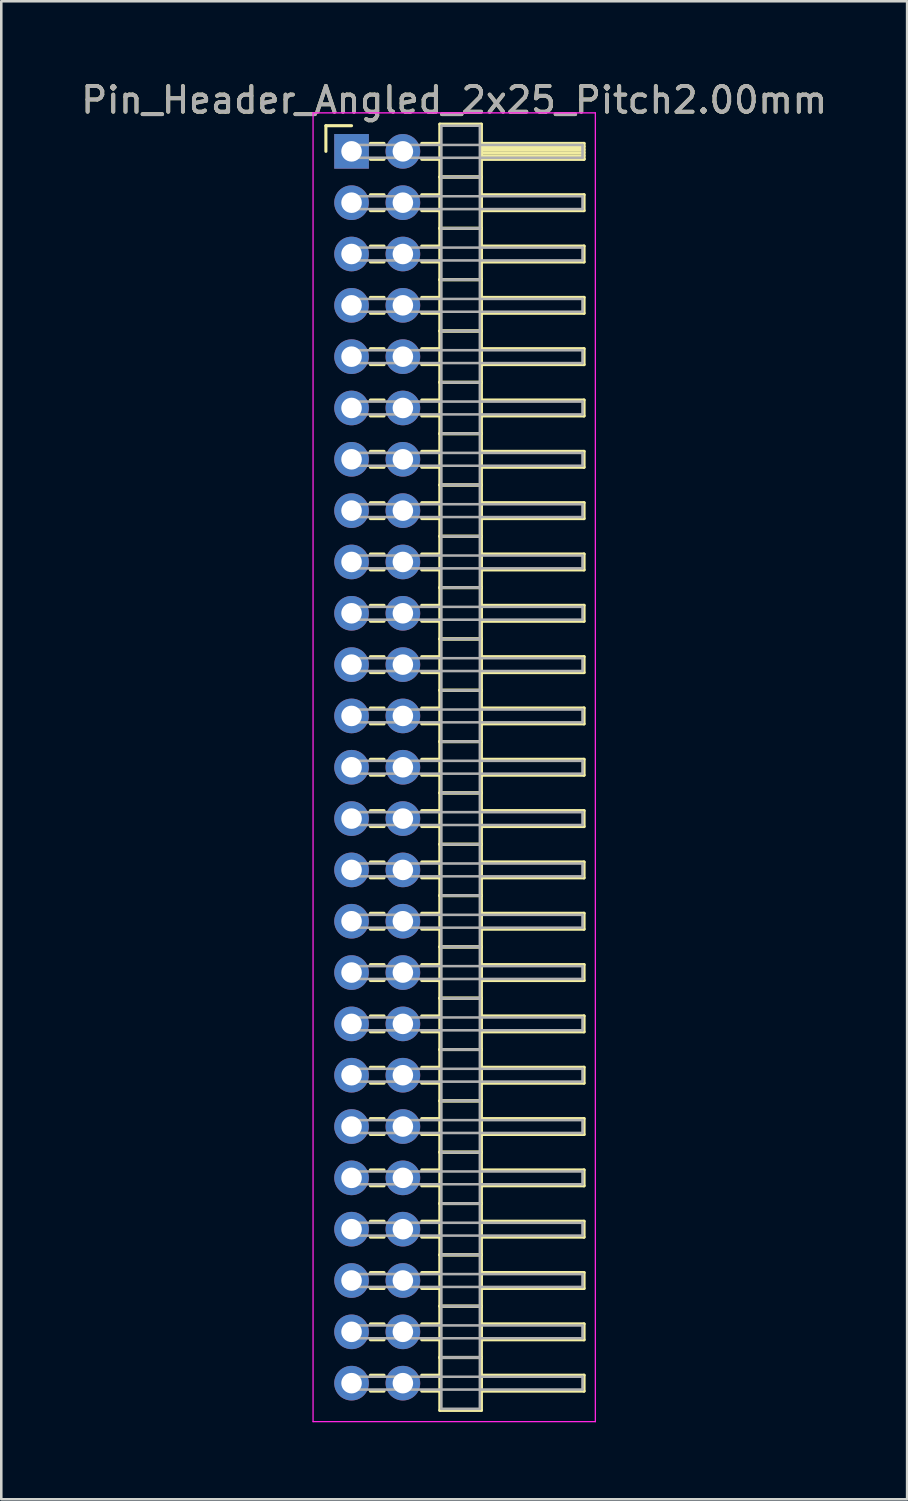
<source format=kicad_pcb>
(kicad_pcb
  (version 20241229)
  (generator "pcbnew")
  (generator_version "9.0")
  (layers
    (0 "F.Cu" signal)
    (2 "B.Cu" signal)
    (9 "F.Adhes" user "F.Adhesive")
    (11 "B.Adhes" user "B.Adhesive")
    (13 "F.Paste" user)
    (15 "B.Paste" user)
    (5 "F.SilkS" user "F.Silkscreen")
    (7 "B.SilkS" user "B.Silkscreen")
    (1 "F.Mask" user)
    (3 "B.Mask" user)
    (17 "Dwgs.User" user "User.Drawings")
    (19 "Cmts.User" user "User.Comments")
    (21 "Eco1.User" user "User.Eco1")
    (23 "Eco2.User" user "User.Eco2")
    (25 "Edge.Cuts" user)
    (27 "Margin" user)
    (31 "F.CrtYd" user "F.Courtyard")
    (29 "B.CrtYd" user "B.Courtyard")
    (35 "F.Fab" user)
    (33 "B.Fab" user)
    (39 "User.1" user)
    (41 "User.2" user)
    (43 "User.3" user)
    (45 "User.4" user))
  (footprint "Pin_Header_Angled_2x25_Pitch2.00mm"
    (layer "F.Cu")
    (at 10.649 2.848)
    (property "Reference" "Pin_Header_Angled_2x25_Pitch2.00mm" (at 4 -2 0) (layer "F.SilkS") (effects (font (size 1 1) (thickness 0.15))))
    (attr through_hole)
    (fp_line (start -1 -1) (end 0 -1) (stroke (width 0.12) (type solid)) (layer "F.SilkS"))
    (fp_line (start -1 0) (end -1 -1) (stroke (width 0.12) (type solid)) (layer "F.SilkS"))
    (fp_line (start 0.735 -0.31) (end 1.265 -0.31) (stroke (width 0.12) (type solid)) (layer "F.SilkS"))
    (fp_line (start 0.735 0.31) (end 1.265 0.31) (stroke (width 0.12) (type solid)) (layer "F.SilkS"))
    (fp_line (start 0.735 1.69) (end 1.265 1.69) (stroke (width 0.12) (type solid)) (layer "F.SilkS"))
    (fp_line (start 0.735 2.31) (end 1.265 2.31) (stroke (width 0.12) (type solid)) (layer "F.SilkS"))
    (fp_line (start 0.735 3.69) (end 1.265 3.69) (stroke (width 0.12) (type solid)) (layer "F.SilkS"))
    (fp_line (start 0.735 4.31) (end 1.265 4.31) (stroke (width 0.12) (type solid)) (layer "F.SilkS"))
    (fp_line (start 0.735 5.69) (end 1.265 5.69) (stroke (width 0.12) (type solid)) (layer "F.SilkS"))
    (fp_line (start 0.735 6.31) (end 1.265 6.31) (stroke (width 0.12) (type solid)) (layer "F.SilkS"))
    (fp_line (start 0.735 7.69) (end 1.265 7.69) (stroke (width 0.12) (type solid)) (layer "F.SilkS"))
    (fp_line (start 0.735 8.31) (end 1.265 8.31) (stroke (width 0.12) (type solid)) (layer "F.SilkS"))
    (fp_line (start 0.735 9.69) (end 1.265 9.69) (stroke (width 0.12) (type solid)) (layer "F.SilkS"))
    (fp_line (start 0.735 10.31) (end 1.265 10.31) (stroke (width 0.12) (type solid)) (layer "F.SilkS"))
    (fp_line (start 0.735 11.69) (end 1.265 11.69) (stroke (width 0.12) (type solid)) (layer "F.SilkS"))
    (fp_line (start 0.735 12.31) (end 1.265 12.31) (stroke (width 0.12) (type solid)) (layer "F.SilkS"))
    (fp_line (start 0.735 13.69) (end 1.265 13.69) (stroke (width 0.12) (type solid)) (layer "F.SilkS"))
    (fp_line (start 0.735 14.31) (end 1.265 14.31) (stroke (width 0.12) (type solid)) (layer "F.SilkS"))
    (fp_line (start 0.735 15.69) (end 1.265 15.69) (stroke (width 0.12) (type solid)) (layer "F.SilkS"))
    (fp_line (start 0.735 16.31) (end 1.265 16.31) (stroke (width 0.12) (type solid)) (layer "F.SilkS"))
    (fp_line (start 0.735 17.69) (end 1.265 17.69) (stroke (width 0.12) (type solid)) (layer "F.SilkS"))
    (fp_line (start 0.735 18.31) (end 1.265 18.31) (stroke (width 0.12) (type solid)) (layer "F.SilkS"))
    (fp_line (start 0.735 19.69) (end 1.265 19.69) (stroke (width 0.12) (type solid)) (layer "F.SilkS"))
    (fp_line (start 0.735 20.31) (end 1.265 20.31) (stroke (width 0.12) (type solid)) (layer "F.SilkS"))
    (fp_line (start 0.735 21.69) (end 1.265 21.69) (stroke (width 0.12) (type solid)) (layer "F.SilkS"))
    (fp_line (start 0.735 22.31) (end 1.265 22.31) (stroke (width 0.12) (type solid)) (layer "F.SilkS"))
    (fp_line (start 0.735 23.69) (end 1.265 23.69) (stroke (width 0.12) (type solid)) (layer "F.SilkS"))
    (fp_line (start 0.735 24.31) (end 1.265 24.31) (stroke (width 0.12) (type solid)) (layer "F.SilkS"))
    (fp_line (start 0.735 25.69) (end 1.265 25.69) (stroke (width 0.12) (type solid)) (layer "F.SilkS"))
    (fp_line (start 0.735 26.31) (end 1.265 26.31) (stroke (width 0.12) (type solid)) (layer "F.SilkS"))
    (fp_line (start 0.735 27.69) (end 1.265 27.69) (stroke (width 0.12) (type solid)) (layer "F.SilkS"))
    (fp_line (start 0.735 28.31) (end 1.265 28.31) (stroke (width 0.12) (type solid)) (layer "F.SilkS"))
    (fp_line (start 0.735 29.69) (end 1.265 29.69) (stroke (width 0.12) (type solid)) (layer "F.SilkS"))
    (fp_line (start 0.735 30.31) (end 1.265 30.31) (stroke (width 0.12) (type solid)) (layer "F.SilkS"))
    (fp_line (start 0.735 31.69) (end 1.265 31.69) (stroke (width 0.12) (type solid)) (layer "F.SilkS"))
    (fp_line (start 0.735 32.31) (end 1.265 32.31) (stroke (width 0.12) (type solid)) (layer "F.SilkS"))
    (fp_line (start 0.735 33.69) (end 1.265 33.69) (stroke (width 0.12) (type solid)) (layer "F.SilkS"))
    (fp_line (start 0.735 34.31) (end 1.265 34.31) (stroke (width 0.12) (type solid)) (layer "F.SilkS"))
    (fp_line (start 0.735 35.69) (end 1.265 35.69) (stroke (width 0.12) (type solid)) (layer "F.SilkS"))
    (fp_line (start 0.735 36.31) (end 1.265 36.31) (stroke (width 0.12) (type solid)) (layer "F.SilkS"))
    (fp_line (start 0.735 37.69) (end 1.265 37.69) (stroke (width 0.12) (type solid)) (layer "F.SilkS"))
    (fp_line (start 0.735 38.31) (end 1.265 38.31) (stroke (width 0.12) (type solid)) (layer "F.SilkS"))
    (fp_line (start 0.735 39.69) (end 1.265 39.69) (stroke (width 0.12) (type solid)) (layer "F.SilkS"))
    (fp_line (start 0.735 40.31) (end 1.265 40.31) (stroke (width 0.12) (type solid)) (layer "F.SilkS"))
    (fp_line (start 0.735 41.69) (end 1.265 41.69) (stroke (width 0.12) (type solid)) (layer "F.SilkS"))
    (fp_line (start 0.735 42.31) (end 1.265 42.31) (stroke (width 0.12) (type solid)) (layer "F.SilkS"))
    (fp_line (start 0.735 43.69) (end 1.265 43.69) (stroke (width 0.12) (type solid)) (layer "F.SilkS"))
    (fp_line (start 0.735 44.31) (end 1.265 44.31) (stroke (width 0.12) (type solid)) (layer "F.SilkS"))
    (fp_line (start 0.735 45.69) (end 1.265 45.69) (stroke (width 0.12) (type solid)) (layer "F.SilkS"))
    (fp_line (start 0.735 46.31) (end 1.265 46.31) (stroke (width 0.12) (type solid)) (layer "F.SilkS"))
    (fp_line (start 0.735 47.69) (end 1.265 47.69) (stroke (width 0.12) (type solid)) (layer "F.SilkS"))
    (fp_line (start 0.735 48.31) (end 1.265 48.31) (stroke (width 0.12) (type solid)) (layer "F.SilkS"))
    (fp_line (start 2.735 -0.31) (end 3.44 -0.31) (stroke (width 0.12) (type solid)) (layer "F.SilkS"))
    (fp_line (start 2.735 0.31) (end 3.44 0.31) (stroke (width 0.12) (type solid)) (layer "F.SilkS"))
    (fp_line (start 2.735 1.69) (end 3.44 1.69) (stroke (width 0.12) (type solid)) (layer "F.SilkS"))
    (fp_line (start 2.735 2.31) (end 3.44 2.31) (stroke (width 0.12) (type solid)) (layer "F.SilkS"))
    (fp_line (start 2.735 3.69) (end 3.44 3.69) (stroke (width 0.12) (type solid)) (layer "F.SilkS"))
    (fp_line (start 2.735 4.31) (end 3.44 4.31) (stroke (width 0.12) (type solid)) (layer "F.SilkS"))
    (fp_line (start 2.735 5.69) (end 3.44 5.69) (stroke (width 0.12) (type solid)) (layer "F.SilkS"))
    (fp_line (start 2.735 6.31) (end 3.44 6.31) (stroke (width 0.12) (type solid)) (layer "F.SilkS"))
    (fp_line (start 2.735 7.69) (end 3.44 7.69) (stroke (width 0.12) (type solid)) (layer "F.SilkS"))
    (fp_line (start 2.735 8.31) (end 3.44 8.31) (stroke (width 0.12) (type solid)) (layer "F.SilkS"))
    (fp_line (start 2.735 9.69) (end 3.44 9.69) (stroke (width 0.12) (type solid)) (layer "F.SilkS"))
    (fp_line (start 2.735 10.31) (end 3.44 10.31) (stroke (width 0.12) (type solid)) (layer "F.SilkS"))
    (fp_line (start 2.735 11.69) (end 3.44 11.69) (stroke (width 0.12) (type solid)) (layer "F.SilkS"))
    (fp_line (start 2.735 12.31) (end 3.44 12.31) (stroke (width 0.12) (type solid)) (layer "F.SilkS"))
    (fp_line (start 2.735 13.69) (end 3.44 13.69) (stroke (width 0.12) (type solid)) (layer "F.SilkS"))
    (fp_line (start 2.735 14.31) (end 3.44 14.31) (stroke (width 0.12) (type solid)) (layer "F.SilkS"))
    (fp_line (start 2.735 15.69) (end 3.44 15.69) (stroke (width 0.12) (type solid)) (layer "F.SilkS"))
    (fp_line (start 2.735 16.31) (end 3.44 16.31) (stroke (width 0.12) (type solid)) (layer "F.SilkS"))
    (fp_line (start 2.735 17.69) (end 3.44 17.69) (stroke (width 0.12) (type solid)) (layer "F.SilkS"))
    (fp_line (start 2.735 18.31) (end 3.44 18.31) (stroke (width 0.12) (type solid)) (layer "F.SilkS"))
    (fp_line (start 2.735 19.69) (end 3.44 19.69) (stroke (width 0.12) (type solid)) (layer "F.SilkS"))
    (fp_line (start 2.735 20.31) (end 3.44 20.31) (stroke (width 0.12) (type solid)) (layer "F.SilkS"))
    (fp_line (start 2.735 21.69) (end 3.44 21.69) (stroke (width 0.12) (type solid)) (layer "F.SilkS"))
    (fp_line (start 2.735 22.31) (end 3.44 22.31) (stroke (width 0.12) (type solid)) (layer "F.SilkS"))
    (fp_line (start 2.735 23.69) (end 3.44 23.69) (stroke (width 0.12) (type solid)) (layer "F.SilkS"))
    (fp_line (start 2.735 24.31) (end 3.44 24.31) (stroke (width 0.12) (type solid)) (layer "F.SilkS"))
    (fp_line (start 2.735 25.69) (end 3.44 25.69) (stroke (width 0.12) (type solid)) (layer "F.SilkS"))
    (fp_line (start 2.735 26.31) (end 3.44 26.31) (stroke (width 0.12) (type solid)) (layer "F.SilkS"))
    (fp_line (start 2.735 27.69) (end 3.44 27.69) (stroke (width 0.12) (type solid)) (layer "F.SilkS"))
    (fp_line (start 2.735 28.31) (end 3.44 28.31) (stroke (width 0.12) (type solid)) (layer "F.SilkS"))
    (fp_line (start 2.735 29.69) (end 3.44 29.69) (stroke (width 0.12) (type solid)) (layer "F.SilkS"))
    (fp_line (start 2.735 30.31) (end 3.44 30.31) (stroke (width 0.12) (type solid)) (layer "F.SilkS"))
    (fp_line (start 2.735 31.69) (end 3.44 31.69) (stroke (width 0.12) (type solid)) (layer "F.SilkS"))
    (fp_line (start 2.735 32.31) (end 3.44 32.31) (stroke (width 0.12) (type solid)) (layer "F.SilkS"))
    (fp_line (start 2.735 33.69) (end 3.44 33.69) (stroke (width 0.12) (type solid)) (layer "F.SilkS"))
    (fp_line (start 2.735 34.31) (end 3.44 34.31) (stroke (width 0.12) (type solid)) (layer "F.SilkS"))
    (fp_line (start 2.735 35.69) (end 3.44 35.69) (stroke (width 0.12) (type solid)) (layer "F.SilkS"))
    (fp_line (start 2.735 36.31) (end 3.44 36.31) (stroke (width 0.12) (type solid)) (layer "F.SilkS"))
    (fp_line (start 2.735 37.69) (end 3.44 37.69) (stroke (width 0.12) (type solid)) (layer "F.SilkS"))
    (fp_line (start 2.735 38.31) (end 3.44 38.31) (stroke (width 0.12) (type solid)) (layer "F.SilkS"))
    (fp_line (start 2.735 39.69) (end 3.44 39.69) (stroke (width 0.12) (type solid)) (layer "F.SilkS"))
    (fp_line (start 2.735 40.31) (end 3.44 40.31) (stroke (width 0.12) (type solid)) (layer "F.SilkS"))
    (fp_line (start 2.735 41.69) (end 3.44 41.69) (stroke (width 0.12) (type solid)) (layer "F.SilkS"))
    (fp_line (start 2.735 42.31) (end 3.44 42.31) (stroke (width 0.12) (type solid)) (layer "F.SilkS"))
    (fp_line (start 2.735 43.69) (end 3.44 43.69) (stroke (width 0.12) (type solid)) (layer "F.SilkS"))
    (fp_line (start 2.735 44.31) (end 3.44 44.31) (stroke (width 0.12) (type solid)) (layer "F.SilkS"))
    (fp_line (start 2.735 45.69) (end 3.44 45.69) (stroke (width 0.12) (type solid)) (layer "F.SilkS"))
    (fp_line (start 2.735 46.31) (end 3.44 46.31) (stroke (width 0.12) (type solid)) (layer "F.SilkS"))
    (fp_line (start 2.735 47.69) (end 3.44 47.69) (stroke (width 0.12) (type solid)) (layer "F.SilkS"))
    (fp_line (start 2.735 48.31) (end 3.44 48.31) (stroke (width 0.12) (type solid)) (layer "F.SilkS"))
    (fp_line (start 3.44 -1.06) (end 3.44 1) (stroke (width 0.12) (type solid)) (layer "F.SilkS"))
    (fp_line (start 3.44 1) (end 3.44 3) (stroke (width 0.12) (type solid)) (layer "F.SilkS"))
    (fp_line (start 3.44 1) (end 5.06 1) (stroke (width 0.12) (type solid)) (layer "F.SilkS"))
    (fp_line (start 3.44 3) (end 3.44 5) (stroke (width 0.12) (type solid)) (layer "F.SilkS"))
    (fp_line (start 3.44 3) (end 5.06 3) (stroke (width 0.12) (type solid)) (layer "F.SilkS"))
    (fp_line (start 3.44 5) (end 3.44 7) (stroke (width 0.12) (type solid)) (layer "F.SilkS"))
    (fp_line (start 3.44 5) (end 5.06 5) (stroke (width 0.12) (type solid)) (layer "F.SilkS"))
    (fp_line (start 3.44 7) (end 3.44 9) (stroke (width 0.12) (type solid)) (layer "F.SilkS"))
    (fp_line (start 3.44 7) (end 5.06 7) (stroke (width 0.12) (type solid)) (layer "F.SilkS"))
    (fp_line (start 3.44 9) (end 3.44 11) (stroke (width 0.12) (type solid)) (layer "F.SilkS"))
    (fp_line (start 3.44 9) (end 5.06 9) (stroke (width 0.12) (type solid)) (layer "F.SilkS"))
    (fp_line (start 3.44 11) (end 3.44 13) (stroke (width 0.12) (type solid)) (layer "F.SilkS"))
    (fp_line (start 3.44 11) (end 5.06 11) (stroke (width 0.12) (type solid)) (layer "F.SilkS"))
    (fp_line (start 3.44 13) (end 3.44 15) (stroke (width 0.12) (type solid)) (layer "F.SilkS"))
    (fp_line (start 3.44 13) (end 5.06 13) (stroke (width 0.12) (type solid)) (layer "F.SilkS"))
    (fp_line (start 3.44 15) (end 3.44 17) (stroke (width 0.12) (type solid)) (layer "F.SilkS"))
    (fp_line (start 3.44 15) (end 5.06 15) (stroke (width 0.12) (type solid)) (layer "F.SilkS"))
    (fp_line (start 3.44 17) (end 3.44 19) (stroke (width 0.12) (type solid)) (layer "F.SilkS"))
    (fp_line (start 3.44 17) (end 5.06 17) (stroke (width 0.12) (type solid)) (layer "F.SilkS"))
    (fp_line (start 3.44 19) (end 3.44 21) (stroke (width 0.12) (type solid)) (layer "F.SilkS"))
    (fp_line (start 3.44 19) (end 5.06 19) (stroke (width 0.12) (type solid)) (layer "F.SilkS"))
    (fp_line (start 3.44 21) (end 3.44 23) (stroke (width 0.12) (type solid)) (layer "F.SilkS"))
    (fp_line (start 3.44 21) (end 5.06 21) (stroke (width 0.12) (type solid)) (layer "F.SilkS"))
    (fp_line (start 3.44 23) (end 3.44 25) (stroke (width 0.12) (type solid)) (layer "F.SilkS"))
    (fp_line (start 3.44 23) (end 5.06 23) (stroke (width 0.12) (type solid)) (layer "F.SilkS"))
    (fp_line (start 3.44 25) (end 3.44 27) (stroke (width 0.12) (type solid)) (layer "F.SilkS"))
    (fp_line (start 3.44 25) (end 5.06 25) (stroke (width 0.12) (type solid)) (layer "F.SilkS"))
    (fp_line (start 3.44 27) (end 3.44 29) (stroke (width 0.12) (type solid)) (layer "F.SilkS"))
    (fp_line (start 3.44 27) (end 5.06 27) (stroke (width 0.12) (type solid)) (layer "F.SilkS"))
    (fp_line (start 3.44 29) (end 3.44 31) (stroke (width 0.12) (type solid)) (layer "F.SilkS"))
    (fp_line (start 3.44 29) (end 5.06 29) (stroke (width 0.12) (type solid)) (layer "F.SilkS"))
    (fp_line (start 3.44 31) (end 3.44 33) (stroke (width 0.12) (type solid)) (layer "F.SilkS"))
    (fp_line (start 3.44 31) (end 5.06 31) (stroke (width 0.12) (type solid)) (layer "F.SilkS"))
    (fp_line (start 3.44 33) (end 3.44 35) (stroke (width 0.12) (type solid)) (layer "F.SilkS"))
    (fp_line (start 3.44 33) (end 5.06 33) (stroke (width 0.12) (type solid)) (layer "F.SilkS"))
    (fp_line (start 3.44 35) (end 3.44 37) (stroke (width 0.12) (type solid)) (layer "F.SilkS"))
    (fp_line (start 3.44 35) (end 5.06 35) (stroke (width 0.12) (type solid)) (layer "F.SilkS"))
    (fp_line (start 3.44 37) (end 3.44 39) (stroke (width 0.12) (type solid)) (layer "F.SilkS"))
    (fp_line (start 3.44 37) (end 5.06 37) (stroke (width 0.12) (type solid)) (layer "F.SilkS"))
    (fp_line (start 3.44 39) (end 3.44 41) (stroke (width 0.12) (type solid)) (layer "F.SilkS"))
    (fp_line (start 3.44 39) (end 5.06 39) (stroke (width 0.12) (type solid)) (layer "F.SilkS"))
    (fp_line (start 3.44 41) (end 3.44 43) (stroke (width 0.12) (type solid)) (layer "F.SilkS"))
    (fp_line (start 3.44 41) (end 5.06 41) (stroke (width 0.12) (type solid)) (layer "F.SilkS"))
    (fp_line (start 3.44 43) (end 3.44 45) (stroke (width 0.12) (type solid)) (layer "F.SilkS"))
    (fp_line (start 3.44 43) (end 5.06 43) (stroke (width 0.12) (type solid)) (layer "F.SilkS"))
    (fp_line (start 3.44 45) (end 3.44 47) (stroke (width 0.12) (type solid)) (layer "F.SilkS"))
    (fp_line (start 3.44 45) (end 5.06 45) (stroke (width 0.12) (type solid)) (layer "F.SilkS"))
    (fp_line (start 3.44 47) (end 3.44 49.06) (stroke (width 0.12) (type solid)) (layer "F.SilkS"))
    (fp_line (start 3.44 47) (end 5.06 47) (stroke (width 0.12) (type solid)) (layer "F.SilkS"))
    (fp_line (start 3.44 49.06) (end 5.06 49.06) (stroke (width 0.12) (type solid)) (layer "F.SilkS"))
    (fp_line (start 5.06 -1.06) (end 3.44 -1.06) (stroke (width 0.12) (type solid)) (layer "F.SilkS"))
    (fp_line (start 5.06 -0.31) (end 5.06 0.31) (stroke (width 0.12) (type solid)) (layer "F.SilkS"))
    (fp_line (start 5.06 -0.19) (end 9.06 -0.19) (stroke (width 0.12) (type solid)) (layer "F.SilkS"))
    (fp_line (start 5.06 -0.07) (end 9.06 -0.07) (stroke (width 0.12) (type solid)) (layer "F.SilkS"))
    (fp_line (start 5.06 0.05) (end 9.06 0.05) (stroke (width 0.12) (type solid)) (layer "F.SilkS"))
    (fp_line (start 5.06 0.17) (end 9.06 0.17) (stroke (width 0.12) (type solid)) (layer "F.SilkS"))
    (fp_line (start 5.06 0.29) (end 9.06 0.29) (stroke (width 0.12) (type solid)) (layer "F.SilkS"))
    (fp_line (start 5.06 0.31) (end 9.06 0.31) (stroke (width 0.12) (type solid)) (layer "F.SilkS"))
    (fp_line (start 5.06 1) (end 3.44 1) (stroke (width 0.12) (type solid)) (layer "F.SilkS"))
    (fp_line (start 5.06 1) (end 5.06 -1.06) (stroke (width 0.12) (type solid)) (layer "F.SilkS"))
    (fp_line (start 5.06 1.69) (end 5.06 2.31) (stroke (width 0.12) (type solid)) (layer "F.SilkS"))
    (fp_line (start 5.06 2.31) (end 9.06 2.31) (stroke (width 0.12) (type solid)) (layer "F.SilkS"))
    (fp_line (start 5.06 3) (end 3.44 3) (stroke (width 0.12) (type solid)) (layer "F.SilkS"))
    (fp_line (start 5.06 3) (end 5.06 1) (stroke (width 0.12) (type solid)) (layer "F.SilkS"))
    (fp_line (start 5.06 3.69) (end 5.06 4.31) (stroke (width 0.12) (type solid)) (layer "F.SilkS"))
    (fp_line (start 5.06 4.31) (end 9.06 4.31) (stroke (width 0.12) (type solid)) (layer "F.SilkS"))
    (fp_line (start 5.06 5) (end 3.44 5) (stroke (width 0.12) (type solid)) (layer "F.SilkS"))
    (fp_line (start 5.06 5) (end 5.06 3) (stroke (width 0.12) (type solid)) (layer "F.SilkS"))
    (fp_line (start 5.06 5.69) (end 5.06 6.31) (stroke (width 0.12) (type solid)) (layer "F.SilkS"))
    (fp_line (start 5.06 6.31) (end 9.06 6.31) (stroke (width 0.12) (type solid)) (layer "F.SilkS"))
    (fp_line (start 5.06 7) (end 3.44 7) (stroke (width 0.12) (type solid)) (layer "F.SilkS"))
    (fp_line (start 5.06 7) (end 5.06 5) (stroke (width 0.12) (type solid)) (layer "F.SilkS"))
    (fp_line (start 5.06 7.69) (end 5.06 8.31) (stroke (width 0.12) (type solid)) (layer "F.SilkS"))
    (fp_line (start 5.06 8.31) (end 9.06 8.31) (stroke (width 0.12) (type solid)) (layer "F.SilkS"))
    (fp_line (start 5.06 9) (end 3.44 9) (stroke (width 0.12) (type solid)) (layer "F.SilkS"))
    (fp_line (start 5.06 9) (end 5.06 7) (stroke (width 0.12) (type solid)) (layer "F.SilkS"))
    (fp_line (start 5.06 9.69) (end 5.06 10.31) (stroke (width 0.12) (type solid)) (layer "F.SilkS"))
    (fp_line (start 5.06 10.31) (end 9.06 10.31) (stroke (width 0.12) (type solid)) (layer "F.SilkS"))
    (fp_line (start 5.06 11) (end 3.44 11) (stroke (width 0.12) (type solid)) (layer "F.SilkS"))
    (fp_line (start 5.06 11) (end 5.06 9) (stroke (width 0.12) (type solid)) (layer "F.SilkS"))
    (fp_line (start 5.06 11.69) (end 5.06 12.31) (stroke (width 0.12) (type solid)) (layer "F.SilkS"))
    (fp_line (start 5.06 12.31) (end 9.06 12.31) (stroke (width 0.12) (type solid)) (layer "F.SilkS"))
    (fp_line (start 5.06 13) (end 3.44 13) (stroke (width 0.12) (type solid)) (layer "F.SilkS"))
    (fp_line (start 5.06 13) (end 5.06 11) (stroke (width 0.12) (type solid)) (layer "F.SilkS"))
    (fp_line (start 5.06 13.69) (end 5.06 14.31) (stroke (width 0.12) (type solid)) (layer "F.SilkS"))
    (fp_line (start 5.06 14.31) (end 9.06 14.31) (stroke (width 0.12) (type solid)) (layer "F.SilkS"))
    (fp_line (start 5.06 15) (end 3.44 15) (stroke (width 0.12) (type solid)) (layer "F.SilkS"))
    (fp_line (start 5.06 15) (end 5.06 13) (stroke (width 0.12) (type solid)) (layer "F.SilkS"))
    (fp_line (start 5.06 15.69) (end 5.06 16.31) (stroke (width 0.12) (type solid)) (layer "F.SilkS"))
    (fp_line (start 5.06 16.31) (end 9.06 16.31) (stroke (width 0.12) (type solid)) (layer "F.SilkS"))
    (fp_line (start 5.06 17) (end 3.44 17) (stroke (width 0.12) (type solid)) (layer "F.SilkS"))
    (fp_line (start 5.06 17) (end 5.06 15) (stroke (width 0.12) (type solid)) (layer "F.SilkS"))
    (fp_line (start 5.06 17.69) (end 5.06 18.31) (stroke (width 0.12) (type solid)) (layer "F.SilkS"))
    (fp_line (start 5.06 18.31) (end 9.06 18.31) (stroke (width 0.12) (type solid)) (layer "F.SilkS"))
    (fp_line (start 5.06 19) (end 3.44 19) (stroke (width 0.12) (type solid)) (layer "F.SilkS"))
    (fp_line (start 5.06 19) (end 5.06 17) (stroke (width 0.12) (type solid)) (layer "F.SilkS"))
    (fp_line (start 5.06 19.69) (end 5.06 20.31) (stroke (width 0.12) (type solid)) (layer "F.SilkS"))
    (fp_line (start 5.06 20.31) (end 9.06 20.31) (stroke (width 0.12) (type solid)) (layer "F.SilkS"))
    (fp_line (start 5.06 21) (end 3.44 21) (stroke (width 0.12) (type solid)) (layer "F.SilkS"))
    (fp_line (start 5.06 21) (end 5.06 19) (stroke (width 0.12) (type solid)) (layer "F.SilkS"))
    (fp_line (start 5.06 21.69) (end 5.06 22.31) (stroke (width 0.12) (type solid)) (layer "F.SilkS"))
    (fp_line (start 5.06 22.31) (end 9.06 22.31) (stroke (width 0.12) (type solid)) (layer "F.SilkS"))
    (fp_line (start 5.06 23) (end 3.44 23) (stroke (width 0.12) (type solid)) (layer "F.SilkS"))
    (fp_line (start 5.06 23) (end 5.06 21) (stroke (width 0.12) (type solid)) (layer "F.SilkS"))
    (fp_line (start 5.06 23.69) (end 5.06 24.31) (stroke (width 0.12) (type solid)) (layer "F.SilkS"))
    (fp_line (start 5.06 24.31) (end 9.06 24.31) (stroke (width 0.12) (type solid)) (layer "F.SilkS"))
    (fp_line (start 5.06 25) (end 3.44 25) (stroke (width 0.12) (type solid)) (layer "F.SilkS"))
    (fp_line (start 5.06 25) (end 5.06 23) (stroke (width 0.12) (type solid)) (layer "F.SilkS"))
    (fp_line (start 5.06 25.69) (end 5.06 26.31) (stroke (width 0.12) (type solid)) (layer "F.SilkS"))
    (fp_line (start 5.06 26.31) (end 9.06 26.31) (stroke (width 0.12) (type solid)) (layer "F.SilkS"))
    (fp_line (start 5.06 27) (end 3.44 27) (stroke (width 0.12) (type solid)) (layer "F.SilkS"))
    (fp_line (start 5.06 27) (end 5.06 25) (stroke (width 0.12) (type solid)) (layer "F.SilkS"))
    (fp_line (start 5.06 27.69) (end 5.06 28.31) (stroke (width 0.12) (type solid)) (layer "F.SilkS"))
    (fp_line (start 5.06 28.31) (end 9.06 28.31) (stroke (width 0.12) (type solid)) (layer "F.SilkS"))
    (fp_line (start 5.06 29) (end 3.44 29) (stroke (width 0.12) (type solid)) (layer "F.SilkS"))
    (fp_line (start 5.06 29) (end 5.06 27) (stroke (width 0.12) (type solid)) (layer "F.SilkS"))
    (fp_line (start 5.06 29.69) (end 5.06 30.31) (stroke (width 0.12) (type solid)) (layer "F.SilkS"))
    (fp_line (start 5.06 30.31) (end 9.06 30.31) (stroke (width 0.12) (type solid)) (layer "F.SilkS"))
    (fp_line (start 5.06 31) (end 3.44 31) (stroke (width 0.12) (type solid)) (layer "F.SilkS"))
    (fp_line (start 5.06 31) (end 5.06 29) (stroke (width 0.12) (type solid)) (layer "F.SilkS"))
    (fp_line (start 5.06 31.69) (end 5.06 32.31) (stroke (width 0.12) (type solid)) (layer "F.SilkS"))
    (fp_line (start 5.06 32.31) (end 9.06 32.31) (stroke (width 0.12) (type solid)) (layer "F.SilkS"))
    (fp_line (start 5.06 33) (end 3.44 33) (stroke (width 0.12) (type solid)) (layer "F.SilkS"))
    (fp_line (start 5.06 33) (end 5.06 31) (stroke (width 0.12) (type solid)) (layer "F.SilkS"))
    (fp_line (start 5.06 33.69) (end 5.06 34.31) (stroke (width 0.12) (type solid)) (layer "F.SilkS"))
    (fp_line (start 5.06 34.31) (end 9.06 34.31) (stroke (width 0.12) (type solid)) (layer "F.SilkS"))
    (fp_line (start 5.06 35) (end 3.44 35) (stroke (width 0.12) (type solid)) (layer "F.SilkS"))
    (fp_line (start 5.06 35) (end 5.06 33) (stroke (width 0.12) (type solid)) (layer "F.SilkS"))
    (fp_line (start 5.06 35.69) (end 5.06 36.31) (stroke (width 0.12) (type solid)) (layer "F.SilkS"))
    (fp_line (start 5.06 36.31) (end 9.06 36.31) (stroke (width 0.12) (type solid)) (layer "F.SilkS"))
    (fp_line (start 5.06 37) (end 3.44 37) (stroke (width 0.12) (type solid)) (layer "F.SilkS"))
    (fp_line (start 5.06 37) (end 5.06 35) (stroke (width 0.12) (type solid)) (layer "F.SilkS"))
    (fp_line (start 5.06 37.69) (end 5.06 38.31) (stroke (width 0.12) (type solid)) (layer "F.SilkS"))
    (fp_line (start 5.06 38.31) (end 9.06 38.31) (stroke (width 0.12) (type solid)) (layer "F.SilkS"))
    (fp_line (start 5.06 39) (end 3.44 39) (stroke (width 0.12) (type solid)) (layer "F.SilkS"))
    (fp_line (start 5.06 39) (end 5.06 37) (stroke (width 0.12) (type solid)) (layer "F.SilkS"))
    (fp_line (start 5.06 39.69) (end 5.06 40.31) (stroke (width 0.12) (type solid)) (layer "F.SilkS"))
    (fp_line (start 5.06 40.31) (end 9.06 40.31) (stroke (width 0.12) (type solid)) (layer "F.SilkS"))
    (fp_line (start 5.06 41) (end 3.44 41) (stroke (width 0.12) (type solid)) (layer "F.SilkS"))
    (fp_line (start 5.06 41) (end 5.06 39) (stroke (width 0.12) (type solid)) (layer "F.SilkS"))
    (fp_line (start 5.06 41.69) (end 5.06 42.31) (stroke (width 0.12) (type solid)) (layer "F.SilkS"))
    (fp_line (start 5.06 42.31) (end 9.06 42.31) (stroke (width 0.12) (type solid)) (layer "F.SilkS"))
    (fp_line (start 5.06 43) (end 3.44 43) (stroke (width 0.12) (type solid)) (layer "F.SilkS"))
    (fp_line (start 5.06 43) (end 5.06 41) (stroke (width 0.12) (type solid)) (layer "F.SilkS"))
    (fp_line (start 5.06 43.69) (end 5.06 44.31) (stroke (width 0.12) (type solid)) (layer "F.SilkS"))
    (fp_line (start 5.06 44.31) (end 9.06 44.31) (stroke (width 0.12) (type solid)) (layer "F.SilkS"))
    (fp_line (start 5.06 45) (end 3.44 45) (stroke (width 0.12) (type solid)) (layer "F.SilkS"))
    (fp_line (start 5.06 45) (end 5.06 43) (stroke (width 0.12) (type solid)) (layer "F.SilkS"))
    (fp_line (start 5.06 45.69) (end 5.06 46.31) (stroke (width 0.12) (type solid)) (layer "F.SilkS"))
    (fp_line (start 5.06 46.31) (end 9.06 46.31) (stroke (width 0.12) (type solid)) (layer "F.SilkS"))
    (fp_line (start 5.06 47) (end 3.44 47) (stroke (width 0.12) (type solid)) (layer "F.SilkS"))
    (fp_line (start 5.06 47) (end 5.06 45) (stroke (width 0.12) (type solid)) (layer "F.SilkS"))
    (fp_line (start 5.06 47.69) (end 5.06 48.31) (stroke (width 0.12) (type solid)) (layer "F.SilkS"))
    (fp_line (start 5.06 48.31) (end 9.06 48.31) (stroke (width 0.12) (type solid)) (layer "F.SilkS"))
    (fp_line (start 5.06 49.06) (end 5.06 47) (stroke (width 0.12) (type solid)) (layer "F.SilkS"))
    (fp_line (start 9.06 -0.31) (end 5.06 -0.31) (stroke (width 0.12) (type solid)) (layer "F.SilkS"))
    (fp_line (start 9.06 0.31) (end 9.06 -0.31) (stroke (width 0.12) (type solid)) (layer "F.SilkS"))
    (fp_line (start 9.06 1.69) (end 5.06 1.69) (stroke (width 0.12) (type solid)) (layer "F.SilkS"))
    (fp_line (start 9.06 2.31) (end 9.06 1.69) (stroke (width 0.12) (type solid)) (layer "F.SilkS"))
    (fp_line (start 9.06 3.69) (end 5.06 3.69) (stroke (width 0.12) (type solid)) (layer "F.SilkS"))
    (fp_line (start 9.06 4.31) (end 9.06 3.69) (stroke (width 0.12) (type solid)) (layer "F.SilkS"))
    (fp_line (start 9.06 5.69) (end 5.06 5.69) (stroke (width 0.12) (type solid)) (layer "F.SilkS"))
    (fp_line (start 9.06 6.31) (end 9.06 5.69) (stroke (width 0.12) (type solid)) (layer "F.SilkS"))
    (fp_line (start 9.06 7.69) (end 5.06 7.69) (stroke (width 0.12) (type solid)) (layer "F.SilkS"))
    (fp_line (start 9.06 8.31) (end 9.06 7.69) (stroke (width 0.12) (type solid)) (layer "F.SilkS"))
    (fp_line (start 9.06 9.69) (end 5.06 9.69) (stroke (width 0.12) (type solid)) (layer "F.SilkS"))
    (fp_line (start 9.06 10.31) (end 9.06 9.69) (stroke (width 0.12) (type solid)) (layer "F.SilkS"))
    (fp_line (start 9.06 11.69) (end 5.06 11.69) (stroke (width 0.12) (type solid)) (layer "F.SilkS"))
    (fp_line (start 9.06 12.31) (end 9.06 11.69) (stroke (width 0.12) (type solid)) (layer "F.SilkS"))
    (fp_line (start 9.06 13.69) (end 5.06 13.69) (stroke (width 0.12) (type solid)) (layer "F.SilkS"))
    (fp_line (start 9.06 14.31) (end 9.06 13.69) (stroke (width 0.12) (type solid)) (layer "F.SilkS"))
    (fp_line (start 9.06 15.69) (end 5.06 15.69) (stroke (width 0.12) (type solid)) (layer "F.SilkS"))
    (fp_line (start 9.06 16.31) (end 9.06 15.69) (stroke (width 0.12) (type solid)) (layer "F.SilkS"))
    (fp_line (start 9.06 17.69) (end 5.06 17.69) (stroke (width 0.12) (type solid)) (layer "F.SilkS"))
    (fp_line (start 9.06 18.31) (end 9.06 17.69) (stroke (width 0.12) (type solid)) (layer "F.SilkS"))
    (fp_line (start 9.06 19.69) (end 5.06 19.69) (stroke (width 0.12) (type solid)) (layer "F.SilkS"))
    (fp_line (start 9.06 20.31) (end 9.06 19.69) (stroke (width 0.12) (type solid)) (layer "F.SilkS"))
    (fp_line (start 9.06 21.69) (end 5.06 21.69) (stroke (width 0.12) (type solid)) (layer "F.SilkS"))
    (fp_line (start 9.06 22.31) (end 9.06 21.69) (stroke (width 0.12) (type solid)) (layer "F.SilkS"))
    (fp_line (start 9.06 23.69) (end 5.06 23.69) (stroke (width 0.12) (type solid)) (layer "F.SilkS"))
    (fp_line (start 9.06 24.31) (end 9.06 23.69) (stroke (width 0.12) (type solid)) (layer "F.SilkS"))
    (fp_line (start 9.06 25.69) (end 5.06 25.69) (stroke (width 0.12) (type solid)) (layer "F.SilkS"))
    (fp_line (start 9.06 26.31) (end 9.06 25.69) (stroke (width 0.12) (type solid)) (layer "F.SilkS"))
    (fp_line (start 9.06 27.69) (end 5.06 27.69) (stroke (width 0.12) (type solid)) (layer "F.SilkS"))
    (fp_line (start 9.06 28.31) (end 9.06 27.69) (stroke (width 0.12) (type solid)) (layer "F.SilkS"))
    (fp_line (start 9.06 29.69) (end 5.06 29.69) (stroke (width 0.12) (type solid)) (layer "F.SilkS"))
    (fp_line (start 9.06 30.31) (end 9.06 29.69) (stroke (width 0.12) (type solid)) (layer "F.SilkS"))
    (fp_line (start 9.06 31.69) (end 5.06 31.69) (stroke (width 0.12) (type solid)) (layer "F.SilkS"))
    (fp_line (start 9.06 32.31) (end 9.06 31.69) (stroke (width 0.12) (type solid)) (layer "F.SilkS"))
    (fp_line (start 9.06 33.69) (end 5.06 33.69) (stroke (width 0.12) (type solid)) (layer "F.SilkS"))
    (fp_line (start 9.06 34.31) (end 9.06 33.69) (stroke (width 0.12) (type solid)) (layer "F.SilkS"))
    (fp_line (start 9.06 35.69) (end 5.06 35.69) (stroke (width 0.12) (type solid)) (layer "F.SilkS"))
    (fp_line (start 9.06 36.31) (end 9.06 35.69) (stroke (width 0.12) (type solid)) (layer "F.SilkS"))
    (fp_line (start 9.06 37.69) (end 5.06 37.69) (stroke (width 0.12) (type solid)) (layer "F.SilkS"))
    (fp_line (start 9.06 38.31) (end 9.06 37.69) (stroke (width 0.12) (type solid)) (layer "F.SilkS"))
    (fp_line (start 9.06 39.69) (end 5.06 39.69) (stroke (width 0.12) (type solid)) (layer "F.SilkS"))
    (fp_line (start 9.06 40.31) (end 9.06 39.69) (stroke (width 0.12) (type solid)) (layer "F.SilkS"))
    (fp_line (start 9.06 41.69) (end 5.06 41.69) (stroke (width 0.12) (type solid)) (layer "F.SilkS"))
    (fp_line (start 9.06 42.31) (end 9.06 41.69) (stroke (width 0.12) (type solid)) (layer "F.SilkS"))
    (fp_line (start 9.06 43.69) (end 5.06 43.69) (stroke (width 0.12) (type solid)) (layer "F.SilkS"))
    (fp_line (start 9.06 44.31) (end 9.06 43.69) (stroke (width 0.12) (type solid)) (layer "F.SilkS"))
    (fp_line (start 9.06 45.69) (end 5.06 45.69) (stroke (width 0.12) (type solid)) (layer "F.SilkS"))
    (fp_line (start 9.06 46.31) (end 9.06 45.69) (stroke (width 0.12) (type solid)) (layer "F.SilkS"))
    (fp_line (start 9.06 47.69) (end 5.06 47.69) (stroke (width 0.12) (type solid)) (layer "F.SilkS"))
    (fp_line (start 9.06 48.31) (end 9.06 47.69) (stroke (width 0.12) (type solid)) (layer "F.SilkS"))
    (fp_line (start -1.5 -1.5) (end -1.5 49.5) (stroke (width 0.05) (type solid)) (layer "F.CrtYd"))
    (fp_line (start -1.5 49.5) (end 9.5 49.5) (stroke (width 0.05) (type solid)) (layer "F.CrtYd"))
    (fp_line (start 9.5 -1.5) (end -1.5 -1.5) (stroke (width 0.05) (type solid)) (layer "F.CrtYd"))
    (fp_line (start 9.5 49.5) (end 9.5 -1.5) (stroke (width 0.05) (type solid)) (layer "F.CrtYd"))
    (fp_line (start 0 -0.25) (end 0 0.25) (stroke (width 0.1) (type solid)) (layer "F.Fab"))
    (fp_line (start 0 0.25) (end 9 0.25) (stroke (width 0.1) (type solid)) (layer "F.Fab"))
    (fp_line (start 0 1.75) (end 0 2.25) (stroke (width 0.1) (type solid)) (layer "F.Fab"))
    (fp_line (start 0 2.25) (end 9 2.25) (stroke (width 0.1) (type solid)) (layer "F.Fab"))
    (fp_line (start 0 3.75) (end 0 4.25) (stroke (width 0.1) (type solid)) (layer "F.Fab"))
    (fp_line (start 0 4.25) (end 9 4.25) (stroke (width 0.1) (type solid)) (layer "F.Fab"))
    (fp_line (start 0 5.75) (end 0 6.25) (stroke (width 0.1) (type solid)) (layer "F.Fab"))
    (fp_line (start 0 6.25) (end 9 6.25) (stroke (width 0.1) (type solid)) (layer "F.Fab"))
    (fp_line (start 0 7.75) (end 0 8.25) (stroke (width 0.1) (type solid)) (layer "F.Fab"))
    (fp_line (start 0 8.25) (end 9 8.25) (stroke (width 0.1) (type solid)) (layer "F.Fab"))
    (fp_line (start 0 9.75) (end 0 10.25) (stroke (width 0.1) (type solid)) (layer "F.Fab"))
    (fp_line (start 0 10.25) (end 9 10.25) (stroke (width 0.1) (type solid)) (layer "F.Fab"))
    (fp_line (start 0 11.75) (end 0 12.25) (stroke (width 0.1) (type solid)) (layer "F.Fab"))
    (fp_line (start 0 12.25) (end 9 12.25) (stroke (width 0.1) (type solid)) (layer "F.Fab"))
    (fp_line (start 0 13.75) (end 0 14.25) (stroke (width 0.1) (type solid)) (layer "F.Fab"))
    (fp_line (start 0 14.25) (end 9 14.25) (stroke (width 0.1) (type solid)) (layer "F.Fab"))
    (fp_line (start 0 15.75) (end 0 16.25) (stroke (width 0.1) (type solid)) (layer "F.Fab"))
    (fp_line (start 0 16.25) (end 9 16.25) (stroke (width 0.1) (type solid)) (layer "F.Fab"))
    (fp_line (start 0 17.75) (end 0 18.25) (stroke (width 0.1) (type solid)) (layer "F.Fab"))
    (fp_line (start 0 18.25) (end 9 18.25) (stroke (width 0.1) (type solid)) (layer "F.Fab"))
    (fp_line (start 0 19.75) (end 0 20.25) (stroke (width 0.1) (type solid)) (layer "F.Fab"))
    (fp_line (start 0 20.25) (end 9 20.25) (stroke (width 0.1) (type solid)) (layer "F.Fab"))
    (fp_line (start 0 21.75) (end 0 22.25) (stroke (width 0.1) (type solid)) (layer "F.Fab"))
    (fp_line (start 0 22.25) (end 9 22.25) (stroke (width 0.1) (type solid)) (layer "F.Fab"))
    (fp_line (start 0 23.75) (end 0 24.25) (stroke (width 0.1) (type solid)) (layer "F.Fab"))
    (fp_line (start 0 24.25) (end 9 24.25) (stroke (width 0.1) (type solid)) (layer "F.Fab"))
    (fp_line (start 0 25.75) (end 0 26.25) (stroke (width 0.1) (type solid)) (layer "F.Fab"))
    (fp_line (start 0 26.25) (end 9 26.25) (stroke (width 0.1) (type solid)) (layer "F.Fab"))
    (fp_line (start 0 27.75) (end 0 28.25) (stroke (width 0.1) (type solid)) (layer "F.Fab"))
    (fp_line (start 0 28.25) (end 9 28.25) (stroke (width 0.1) (type solid)) (layer "F.Fab"))
    (fp_line (start 0 29.75) (end 0 30.25) (stroke (width 0.1) (type solid)) (layer "F.Fab"))
    (fp_line (start 0 30.25) (end 9 30.25) (stroke (width 0.1) (type solid)) (layer "F.Fab"))
    (fp_line (start 0 31.75) (end 0 32.25) (stroke (width 0.1) (type solid)) (layer "F.Fab"))
    (fp_line (start 0 32.25) (end 9 32.25) (stroke (width 0.1) (type solid)) (layer "F.Fab"))
    (fp_line (start 0 33.75) (end 0 34.25) (stroke (width 0.1) (type solid)) (layer "F.Fab"))
    (fp_line (start 0 34.25) (end 9 34.25) (stroke (width 0.1) (type solid)) (layer "F.Fab"))
    (fp_line (start 0 35.75) (end 0 36.25) (stroke (width 0.1) (type solid)) (layer "F.Fab"))
    (fp_line (start 0 36.25) (end 9 36.25) (stroke (width 0.1) (type solid)) (layer "F.Fab"))
    (fp_line (start 0 37.75) (end 0 38.25) (stroke (width 0.1) (type solid)) (layer "F.Fab"))
    (fp_line (start 0 38.25) (end 9 38.25) (stroke (width 0.1) (type solid)) (layer "F.Fab"))
    (fp_line (start 0 39.75) (end 0 40.25) (stroke (width 0.1) (type solid)) (layer "F.Fab"))
    (fp_line (start 0 40.25) (end 9 40.25) (stroke (width 0.1) (type solid)) (layer "F.Fab"))
    (fp_line (start 0 41.75) (end 0 42.25) (stroke (width 0.1) (type solid)) (layer "F.Fab"))
    (fp_line (start 0 42.25) (end 9 42.25) (stroke (width 0.1) (type solid)) (layer "F.Fab"))
    (fp_line (start 0 43.75) (end 0 44.25) (stroke (width 0.1) (type solid)) (layer "F.Fab"))
    (fp_line (start 0 44.25) (end 9 44.25) (stroke (width 0.1) (type solid)) (layer "F.Fab"))
    (fp_line (start 0 45.75) (end 0 46.25) (stroke (width 0.1) (type solid)) (layer "F.Fab"))
    (fp_line (start 0 46.25) (end 9 46.25) (stroke (width 0.1) (type solid)) (layer "F.Fab"))
    (fp_line (start 0 47.75) (end 0 48.25) (stroke (width 0.1) (type solid)) (layer "F.Fab"))
    (fp_line (start 0 48.25) (end 9 48.25) (stroke (width 0.1) (type solid)) (layer "F.Fab"))
    (fp_line (start 3.5 -1) (end 3.5 1) (stroke (width 0.1) (type solid)) (layer "F.Fab"))
    (fp_line (start 3.5 1) (end 3.5 3) (stroke (width 0.1) (type solid)) (layer "F.Fab"))
    (fp_line (start 3.5 1) (end 5 1) (stroke (width 0.1) (type solid)) (layer "F.Fab"))
    (fp_line (start 3.5 3) (end 3.5 5) (stroke (width 0.1) (type solid)) (layer "F.Fab"))
    (fp_line (start 3.5 3) (end 5 3) (stroke (width 0.1) (type solid)) (layer "F.Fab"))
    (fp_line (start 3.5 5) (end 3.5 7) (stroke (width 0.1) (type solid)) (layer "F.Fab"))
    (fp_line (start 3.5 5) (end 5 5) (stroke (width 0.1) (type solid)) (layer "F.Fab"))
    (fp_line (start 3.5 7) (end 3.5 9) (stroke (width 0.1) (type solid)) (layer "F.Fab"))
    (fp_line (start 3.5 7) (end 5 7) (stroke (width 0.1) (type solid)) (layer "F.Fab"))
    (fp_line (start 3.5 9) (end 3.5 11) (stroke (width 0.1) (type solid)) (layer "F.Fab"))
    (fp_line (start 3.5 9) (end 5 9) (stroke (width 0.1) (type solid)) (layer "F.Fab"))
    (fp_line (start 3.5 11) (end 3.5 13) (stroke (width 0.1) (type solid)) (layer "F.Fab"))
    (fp_line (start 3.5 11) (end 5 11) (stroke (width 0.1) (type solid)) (layer "F.Fab"))
    (fp_line (start 3.5 13) (end 3.5 15) (stroke (width 0.1) (type solid)) (layer "F.Fab"))
    (fp_line (start 3.5 13) (end 5 13) (stroke (width 0.1) (type solid)) (layer "F.Fab"))
    (fp_line (start 3.5 15) (end 3.5 17) (stroke (width 0.1) (type solid)) (layer "F.Fab"))
    (fp_line (start 3.5 15) (end 5 15) (stroke (width 0.1) (type solid)) (layer "F.Fab"))
    (fp_line (start 3.5 17) (end 3.5 19) (stroke (width 0.1) (type solid)) (layer "F.Fab"))
    (fp_line (start 3.5 17) (end 5 17) (stroke (width 0.1) (type solid)) (layer "F.Fab"))
    (fp_line (start 3.5 19) (end 3.5 21) (stroke (width 0.1) (type solid)) (layer "F.Fab"))
    (fp_line (start 3.5 19) (end 5 19) (stroke (width 0.1) (type solid)) (layer "F.Fab"))
    (fp_line (start 3.5 21) (end 3.5 23) (stroke (width 0.1) (type solid)) (layer "F.Fab"))
    (fp_line (start 3.5 21) (end 5 21) (stroke (width 0.1) (type solid)) (layer "F.Fab"))
    (fp_line (start 3.5 23) (end 3.5 25) (stroke (width 0.1) (type solid)) (layer "F.Fab"))
    (fp_line (start 3.5 23) (end 5 23) (stroke (width 0.1) (type solid)) (layer "F.Fab"))
    (fp_line (start 3.5 25) (end 3.5 27) (stroke (width 0.1) (type solid)) (layer "F.Fab"))
    (fp_line (start 3.5 25) (end 5 25) (stroke (width 0.1) (type solid)) (layer "F.Fab"))
    (fp_line (start 3.5 27) (end 3.5 29) (stroke (width 0.1) (type solid)) (layer "F.Fab"))
    (fp_line (start 3.5 27) (end 5 27) (stroke (width 0.1) (type solid)) (layer "F.Fab"))
    (fp_line (start 3.5 29) (end 3.5 31) (stroke (width 0.1) (type solid)) (layer "F.Fab"))
    (fp_line (start 3.5 29) (end 5 29) (stroke (width 0.1) (type solid)) (layer "F.Fab"))
    (fp_line (start 3.5 31) (end 3.5 33) (stroke (width 0.1) (type solid)) (layer "F.Fab"))
    (fp_line (start 3.5 31) (end 5 31) (stroke (width 0.1) (type solid)) (layer "F.Fab"))
    (fp_line (start 3.5 33) (end 3.5 35) (stroke (width 0.1) (type solid)) (layer "F.Fab"))
    (fp_line (start 3.5 33) (end 5 33) (stroke (width 0.1) (type solid)) (layer "F.Fab"))
    (fp_line (start 3.5 35) (end 3.5 37) (stroke (width 0.1) (type solid)) (layer "F.Fab"))
    (fp_line (start 3.5 35) (end 5 35) (stroke (width 0.1) (type solid)) (layer "F.Fab"))
    (fp_line (start 3.5 37) (end 3.5 39) (stroke (width 0.1) (type solid)) (layer "F.Fab"))
    (fp_line (start 3.5 37) (end 5 37) (stroke (width 0.1) (type solid)) (layer "F.Fab"))
    (fp_line (start 3.5 39) (end 3.5 41) (stroke (width 0.1) (type solid)) (layer "F.Fab"))
    (fp_line (start 3.5 39) (end 5 39) (stroke (width 0.1) (type solid)) (layer "F.Fab"))
    (fp_line (start 3.5 41) (end 3.5 43) (stroke (width 0.1) (type solid)) (layer "F.Fab"))
    (fp_line (start 3.5 41) (end 5 41) (stroke (width 0.1) (type solid)) (layer "F.Fab"))
    (fp_line (start 3.5 43) (end 3.5 45) (stroke (width 0.1) (type solid)) (layer "F.Fab"))
    (fp_line (start 3.5 43) (end 5 43) (stroke (width 0.1) (type solid)) (layer "F.Fab"))
    (fp_line (start 3.5 45) (end 3.5 47) (stroke (width 0.1) (type solid)) (layer "F.Fab"))
    (fp_line (start 3.5 45) (end 5 45) (stroke (width 0.1) (type solid)) (layer "F.Fab"))
    (fp_line (start 3.5 47) (end 3.5 49) (stroke (width 0.1) (type solid)) (layer "F.Fab"))
    (fp_line (start 3.5 47) (end 5 47) (stroke (width 0.1) (type solid)) (layer "F.Fab"))
    (fp_line (start 3.5 49) (end 5 49) (stroke (width 0.1) (type solid)) (layer "F.Fab"))
    (fp_line (start 5 -1) (end 3.5 -1) (stroke (width 0.1) (type solid)) (layer "F.Fab"))
    (fp_line (start 5 1) (end 3.5 1) (stroke (width 0.1) (type solid)) (layer "F.Fab"))
    (fp_line (start 5 1) (end 5 -1) (stroke (width 0.1) (type solid)) (layer "F.Fab"))
    (fp_line (start 5 3) (end 3.5 3) (stroke (width 0.1) (type solid)) (layer "F.Fab"))
    (fp_line (start 5 3) (end 5 1) (stroke (width 0.1) (type solid)) (layer "F.Fab"))
    (fp_line (start 5 5) (end 3.5 5) (stroke (width 0.1) (type solid)) (layer "F.Fab"))
    (fp_line (start 5 5) (end 5 3) (stroke (width 0.1) (type solid)) (layer "F.Fab"))
    (fp_line (start 5 7) (end 3.5 7) (stroke (width 0.1) (type solid)) (layer "F.Fab"))
    (fp_line (start 5 7) (end 5 5) (stroke (width 0.1) (type solid)) (layer "F.Fab"))
    (fp_line (start 5 9) (end 3.5 9) (stroke (width 0.1) (type solid)) (layer "F.Fab"))
    (fp_line (start 5 9) (end 5 7) (stroke (width 0.1) (type solid)) (layer "F.Fab"))
    (fp_line (start 5 11) (end 3.5 11) (stroke (width 0.1) (type solid)) (layer "F.Fab"))
    (fp_line (start 5 11) (end 5 9) (stroke (width 0.1) (type solid)) (layer "F.Fab"))
    (fp_line (start 5 13) (end 3.5 13) (stroke (width 0.1) (type solid)) (layer "F.Fab"))
    (fp_line (start 5 13) (end 5 11) (stroke (width 0.1) (type solid)) (layer "F.Fab"))
    (fp_line (start 5 15) (end 3.5 15) (stroke (width 0.1) (type solid)) (layer "F.Fab"))
    (fp_line (start 5 15) (end 5 13) (stroke (width 0.1) (type solid)) (layer "F.Fab"))
    (fp_line (start 5 17) (end 3.5 17) (stroke (width 0.1) (type solid)) (layer "F.Fab"))
    (fp_line (start 5 17) (end 5 15) (stroke (width 0.1) (type solid)) (layer "F.Fab"))
    (fp_line (start 5 19) (end 3.5 19) (stroke (width 0.1) (type solid)) (layer "F.Fab"))
    (fp_line (start 5 19) (end 5 17) (stroke (width 0.1) (type solid)) (layer "F.Fab"))
    (fp_line (start 5 21) (end 3.5 21) (stroke (width 0.1) (type solid)) (layer "F.Fab"))
    (fp_line (start 5 21) (end 5 19) (stroke (width 0.1) (type solid)) (layer "F.Fab"))
    (fp_line (start 5 23) (end 3.5 23) (stroke (width 0.1) (type solid)) (layer "F.Fab"))
    (fp_line (start 5 23) (end 5 21) (stroke (width 0.1) (type solid)) (layer "F.Fab"))
    (fp_line (start 5 25) (end 3.5 25) (stroke (width 0.1) (type solid)) (layer "F.Fab"))
    (fp_line (start 5 25) (end 5 23) (stroke (width 0.1) (type solid)) (layer "F.Fab"))
    (fp_line (start 5 27) (end 3.5 27) (stroke (width 0.1) (type solid)) (layer "F.Fab"))
    (fp_line (start 5 27) (end 5 25) (stroke (width 0.1) (type solid)) (layer "F.Fab"))
    (fp_line (start 5 29) (end 3.5 29) (stroke (width 0.1) (type solid)) (layer "F.Fab"))
    (fp_line (start 5 29) (end 5 27) (stroke (width 0.1) (type solid)) (layer "F.Fab"))
    (fp_line (start 5 31) (end 3.5 31) (stroke (width 0.1) (type solid)) (layer "F.Fab"))
    (fp_line (start 5 31) (end 5 29) (stroke (width 0.1) (type solid)) (layer "F.Fab"))
    (fp_line (start 5 33) (end 3.5 33) (stroke (width 0.1) (type solid)) (layer "F.Fab"))
    (fp_line (start 5 33) (end 5 31) (stroke (width 0.1) (type solid)) (layer "F.Fab"))
    (fp_line (start 5 35) (end 3.5 35) (stroke (width 0.1) (type solid)) (layer "F.Fab"))
    (fp_line (start 5 35) (end 5 33) (stroke (width 0.1) (type solid)) (layer "F.Fab"))
    (fp_line (start 5 37) (end 3.5 37) (stroke (width 0.1) (type solid)) (layer "F.Fab"))
    (fp_line (start 5 37) (end 5 35) (stroke (width 0.1) (type solid)) (layer "F.Fab"))
    (fp_line (start 5 39) (end 3.5 39) (stroke (width 0.1) (type solid)) (layer "F.Fab"))
    (fp_line (start 5 39) (end 5 37) (stroke (width 0.1) (type solid)) (layer "F.Fab"))
    (fp_line (start 5 41) (end 3.5 41) (stroke (width 0.1) (type solid)) (layer "F.Fab"))
    (fp_line (start 5 41) (end 5 39) (stroke (width 0.1) (type solid)) (layer "F.Fab"))
    (fp_line (start 5 43) (end 3.5 43) (stroke (width 0.1) (type solid)) (layer "F.Fab"))
    (fp_line (start 5 43) (end 5 41) (stroke (width 0.1) (type solid)) (layer "F.Fab"))
    (fp_line (start 5 45) (end 3.5 45) (stroke (width 0.1) (type solid)) (layer "F.Fab"))
    (fp_line (start 5 45) (end 5 43) (stroke (width 0.1) (type solid)) (layer "F.Fab"))
    (fp_line (start 5 47) (end 3.5 47) (stroke (width 0.1) (type solid)) (layer "F.Fab"))
    (fp_line (start 5 47) (end 5 45) (stroke (width 0.1) (type solid)) (layer "F.Fab"))
    (fp_line (start 5 49) (end 5 47) (stroke (width 0.1) (type solid)) (layer "F.Fab"))
    (fp_line (start 9 -0.25) (end 0 -0.25) (stroke (width 0.1) (type solid)) (layer "F.Fab"))
    (fp_line (start 9 0.25) (end 9 -0.25) (stroke (width 0.1) (type solid)) (layer "F.Fab"))
    (fp_line (start 9 1.75) (end 0 1.75) (stroke (width 0.1) (type solid)) (layer "F.Fab"))
    (fp_line (start 9 2.25) (end 9 1.75) (stroke (width 0.1) (type solid)) (layer "F.Fab"))
    (fp_line (start 9 3.75) (end 0 3.75) (stroke (width 0.1) (type solid)) (layer "F.Fab"))
    (fp_line (start 9 4.25) (end 9 3.75) (stroke (width 0.1) (type solid)) (layer "F.Fab"))
    (fp_line (start 9 5.75) (end 0 5.75) (stroke (width 0.1) (type solid)) (layer "F.Fab"))
    (fp_line (start 9 6.25) (end 9 5.75) (stroke (width 0.1) (type solid)) (layer "F.Fab"))
    (fp_line (start 9 7.75) (end 0 7.75) (stroke (width 0.1) (type solid)) (layer "F.Fab"))
    (fp_line (start 9 8.25) (end 9 7.75) (stroke (width 0.1) (type solid)) (layer "F.Fab"))
    (fp_line (start 9 9.75) (end 0 9.75) (stroke (width 0.1) (type solid)) (layer "F.Fab"))
    (fp_line (start 9 10.25) (end 9 9.75) (stroke (width 0.1) (type solid)) (layer "F.Fab"))
    (fp_line (start 9 11.75) (end 0 11.75) (stroke (width 0.1) (type solid)) (layer "F.Fab"))
    (fp_line (start 9 12.25) (end 9 11.75) (stroke (width 0.1) (type solid)) (layer "F.Fab"))
    (fp_line (start 9 13.75) (end 0 13.75) (stroke (width 0.1) (type solid)) (layer "F.Fab"))
    (fp_line (start 9 14.25) (end 9 13.75) (stroke (width 0.1) (type solid)) (layer "F.Fab"))
    (fp_line (start 9 15.75) (end 0 15.75) (stroke (width 0.1) (type solid)) (layer "F.Fab"))
    (fp_line (start 9 16.25) (end 9 15.75) (stroke (width 0.1) (type solid)) (layer "F.Fab"))
    (fp_line (start 9 17.75) (end 0 17.75) (stroke (width 0.1) (type solid)) (layer "F.Fab"))
    (fp_line (start 9 18.25) (end 9 17.75) (stroke (width 0.1) (type solid)) (layer "F.Fab"))
    (fp_line (start 9 19.75) (end 0 19.75) (stroke (width 0.1) (type solid)) (layer "F.Fab"))
    (fp_line (start 9 20.25) (end 9 19.75) (stroke (width 0.1) (type solid)) (layer "F.Fab"))
    (fp_line (start 9 21.75) (end 0 21.75) (stroke (width 0.1) (type solid)) (layer "F.Fab"))
    (fp_line (start 9 22.25) (end 9 21.75) (stroke (width 0.1) (type solid)) (layer "F.Fab"))
    (fp_line (start 9 23.75) (end 0 23.75) (stroke (width 0.1) (type solid)) (layer "F.Fab"))
    (fp_line (start 9 24.25) (end 9 23.75) (stroke (width 0.1) (type solid)) (layer "F.Fab"))
    (fp_line (start 9 25.75) (end 0 25.75) (stroke (width 0.1) (type solid)) (layer "F.Fab"))
    (fp_line (start 9 26.25) (end 9 25.75) (stroke (width 0.1) (type solid)) (layer "F.Fab"))
    (fp_line (start 9 27.75) (end 0 27.75) (stroke (width 0.1) (type solid)) (layer "F.Fab"))
    (fp_line (start 9 28.25) (end 9 27.75) (stroke (width 0.1) (type solid)) (layer "F.Fab"))
    (fp_line (start 9 29.75) (end 0 29.75) (stroke (width 0.1) (type solid)) (layer "F.Fab"))
    (fp_line (start 9 30.25) (end 9 29.75) (stroke (width 0.1) (type solid)) (layer "F.Fab"))
    (fp_line (start 9 31.75) (end 0 31.75) (stroke (width 0.1) (type solid)) (layer "F.Fab"))
    (fp_line (start 9 32.25) (end 9 31.75) (stroke (width 0.1) (type solid)) (layer "F.Fab"))
    (fp_line (start 9 33.75) (end 0 33.75) (stroke (width 0.1) (type solid)) (layer "F.Fab"))
    (fp_line (start 9 34.25) (end 9 33.75) (stroke (width 0.1) (type solid)) (layer "F.Fab"))
    (fp_line (start 9 35.75) (end 0 35.75) (stroke (width 0.1) (type solid)) (layer "F.Fab"))
    (fp_line (start 9 36.25) (end 9 35.75) (stroke (width 0.1) (type solid)) (layer "F.Fab"))
    (fp_line (start 9 37.75) (end 0 37.75) (stroke (width 0.1) (type solid)) (layer "F.Fab"))
    (fp_line (start 9 38.25) (end 9 37.75) (stroke (width 0.1) (type solid)) (layer "F.Fab"))
    (fp_line (start 9 39.75) (end 0 39.75) (stroke (width 0.1) (type solid)) (layer "F.Fab"))
    (fp_line (start 9 40.25) (end 9 39.75) (stroke (width 0.1) (type solid)) (layer "F.Fab"))
    (fp_line (start 9 41.75) (end 0 41.75) (stroke (width 0.1) (type solid)) (layer "F.Fab"))
    (fp_line (start 9 42.25) (end 9 41.75) (stroke (width 0.1) (type solid)) (layer "F.Fab"))
    (fp_line (start 9 43.75) (end 0 43.75) (stroke (width 0.1) (type solid)) (layer "F.Fab"))
    (fp_line (start 9 44.25) (end 9 43.75) (stroke (width 0.1) (type solid)) (layer "F.Fab"))
    (fp_line (start 9 45.75) (end 0 45.75) (stroke (width 0.1) (type solid)) (layer "F.Fab"))
    (fp_line (start 9 46.25) (end 9 45.75) (stroke (width 0.1) (type solid)) (layer "F.Fab"))
    (fp_line (start 9 47.75) (end 0 47.75) (stroke (width 0.1) (type solid)) (layer "F.Fab"))
    (fp_line (start 9 48.25) (end 9 47.75) (stroke (width 0.1) (type solid)) (layer "F.Fab"))
    (fp_text user "${REFERENCE}" (at 4 -2 0) (layer "F.Fab") (effects (font (size 1 1) (thickness 0.15))))
    (pad "1" thru_hole rect (at 0 0) (size 1.35 1.35) (drill 0.8) (layers "*.Cu" "*.Mask"))
    (pad "2" thru_hole oval (at 2 0) (size 1.35 1.35) (drill 0.8) (layers "*.Cu" "*.Mask"))
    (pad "3" thru_hole oval (at 0 2) (size 1.35 1.35) (drill 0.8) (layers "*.Cu" "*.Mask"))
    (pad "4" thru_hole oval (at 2 2) (size 1.35 1.35) (drill 0.8) (layers "*.Cu" "*.Mask"))
    (pad "5" thru_hole oval (at 0 4) (size 1.35 1.35) (drill 0.8) (layers "*.Cu" "*.Mask"))
    (pad "6" thru_hole oval (at 2 4) (size 1.35 1.35) (drill 0.8) (layers "*.Cu" "*.Mask"))
    (pad "7" thru_hole oval (at 0 6) (size 1.35 1.35) (drill 0.8) (layers "*.Cu" "*.Mask"))
    (pad "8" thru_hole oval (at 2 6) (size 1.35 1.35) (drill 0.8) (layers "*.Cu" "*.Mask"))
    (pad "9" thru_hole oval (at 0 8) (size 1.35 1.35) (drill 0.8) (layers "*.Cu" "*.Mask"))
    (pad "10" thru_hole oval (at 2 8) (size 1.35 1.35) (drill 0.8) (layers "*.Cu" "*.Mask"))
    (pad "11" thru_hole oval (at 0 10) (size 1.35 1.35) (drill 0.8) (layers "*.Cu" "*.Mask"))
    (pad "12" thru_hole oval (at 2 10) (size 1.35 1.35) (drill 0.8) (layers "*.Cu" "*.Mask"))
    (pad "13" thru_hole oval (at 0 12) (size 1.35 1.35) (drill 0.8) (layers "*.Cu" "*.Mask"))
    (pad "14" thru_hole oval (at 2 12) (size 1.35 1.35) (drill 0.8) (layers "*.Cu" "*.Mask"))
    (pad "15" thru_hole oval (at 0 14) (size 1.35 1.35) (drill 0.8) (layers "*.Cu" "*.Mask"))
    (pad "16" thru_hole oval (at 2 14) (size 1.35 1.35) (drill 0.8) (layers "*.Cu" "*.Mask"))
    (pad "17" thru_hole oval (at 0 16) (size 1.35 1.35) (drill 0.8) (layers "*.Cu" "*.Mask"))
    (pad "18" thru_hole oval (at 2 16) (size 1.35 1.35) (drill 0.8) (layers "*.Cu" "*.Mask"))
    (pad "19" thru_hole oval (at 0 18) (size 1.35 1.35) (drill 0.8) (layers "*.Cu" "*.Mask"))
    (pad "20" thru_hole oval (at 2 18) (size 1.35 1.35) (drill 0.8) (layers "*.Cu" "*.Mask"))
    (pad "21" thru_hole oval (at 0 20) (size 1.35 1.35) (drill 0.8) (layers "*.Cu" "*.Mask"))
    (pad "22" thru_hole oval (at 2 20) (size 1.35 1.35) (drill 0.8) (layers "*.Cu" "*.Mask"))
    (pad "23" thru_hole oval (at 0 22) (size 1.35 1.35) (drill 0.8) (layers "*.Cu" "*.Mask"))
    (pad "24" thru_hole oval (at 2 22) (size 1.35 1.35) (drill 0.8) (layers "*.Cu" "*.Mask"))
    (pad "25" thru_hole oval (at 0 24) (size 1.35 1.35) (drill 0.8) (layers "*.Cu" "*.Mask"))
    (pad "26" thru_hole oval (at 2 24) (size 1.35 1.35) (drill 0.8) (layers "*.Cu" "*.Mask"))
    (pad "27" thru_hole oval (at 0 26) (size 1.35 1.35) (drill 0.8) (layers "*.Cu" "*.Mask"))
    (pad "28" thru_hole oval (at 2 26) (size 1.35 1.35) (drill 0.8) (layers "*.Cu" "*.Mask"))
    (pad "29" thru_hole oval (at 0 28) (size 1.35 1.35) (drill 0.8) (layers "*.Cu" "*.Mask"))
    (pad "30" thru_hole oval (at 2 28) (size 1.35 1.35) (drill 0.8) (layers "*.Cu" "*.Mask"))
    (pad "31" thru_hole oval (at 0 30) (size 1.35 1.35) (drill 0.8) (layers "*.Cu" "*.Mask"))
    (pad "32" thru_hole oval (at 2 30) (size 1.35 1.35) (drill 0.8) (layers "*.Cu" "*.Mask"))
    (pad "33" thru_hole oval (at 0 32) (size 1.35 1.35) (drill 0.8) (layers "*.Cu" "*.Mask"))
    (pad "34" thru_hole oval (at 2 32) (size 1.35 1.35) (drill 0.8) (layers "*.Cu" "*.Mask"))
    (pad "35" thru_hole oval (at 0 34) (size 1.35 1.35) (drill 0.8) (layers "*.Cu" "*.Mask"))
    (pad "36" thru_hole oval (at 2 34) (size 1.35 1.35) (drill 0.8) (layers "*.Cu" "*.Mask"))
    (pad "37" thru_hole oval (at 0 36) (size 1.35 1.35) (drill 0.8) (layers "*.Cu" "*.Mask"))
    (pad "38" thru_hole oval (at 2 36) (size 1.35 1.35) (drill 0.8) (layers "*.Cu" "*.Mask"))
    (pad "39" thru_hole oval (at 0 38) (size 1.35 1.35) (drill 0.8) (layers "*.Cu" "*.Mask"))
    (pad "40" thru_hole oval (at 2 38) (size 1.35 1.35) (drill 0.8) (layers "*.Cu" "*.Mask"))
    (pad "41" thru_hole oval (at 0 40) (size 1.35 1.35) (drill 0.8) (layers "*.Cu" "*.Mask"))
    (pad "42" thru_hole oval (at 2 40) (size 1.35 1.35) (drill 0.8) (layers "*.Cu" "*.Mask"))
    (pad "43" thru_hole oval (at 0 42) (size 1.35 1.35) (drill 0.8) (layers "*.Cu" "*.Mask"))
    (pad "44" thru_hole oval (at 2 42) (size 1.35 1.35) (drill 0.8) (layers "*.Cu" "*.Mask"))
    (pad "45" thru_hole oval (at 0 44) (size 1.35 1.35) (drill 0.8) (layers "*.Cu" "*.Mask"))
    (pad "46" thru_hole oval (at 2 44) (size 1.35 1.35) (drill 0.8) (layers "*.Cu" "*.Mask"))
    (pad "47" thru_hole oval (at 0 46) (size 1.35 1.35) (drill 0.8) (layers "*.Cu" "*.Mask"))
    (pad "48" thru_hole oval (at 2 46) (size 1.35 1.35) (drill 0.8) (layers "*.Cu" "*.Mask"))
    (pad "49" thru_hole oval (at 0 48) (size 1.35 1.35) (drill 0.8) (layers "*.Cu" "*.Mask"))
    (pad "50" thru_hole oval (at 2 48) (size 1.35 1.35) (drill 0.8) (layers "*.Cu" "*.Mask")))
  (gr_rect
    (start -3 -3)
    (end 32.298 55.373)
    (stroke (width 0.1) (type default))
    (fill no)
    (layer "Edge.Cuts")))
</source>
